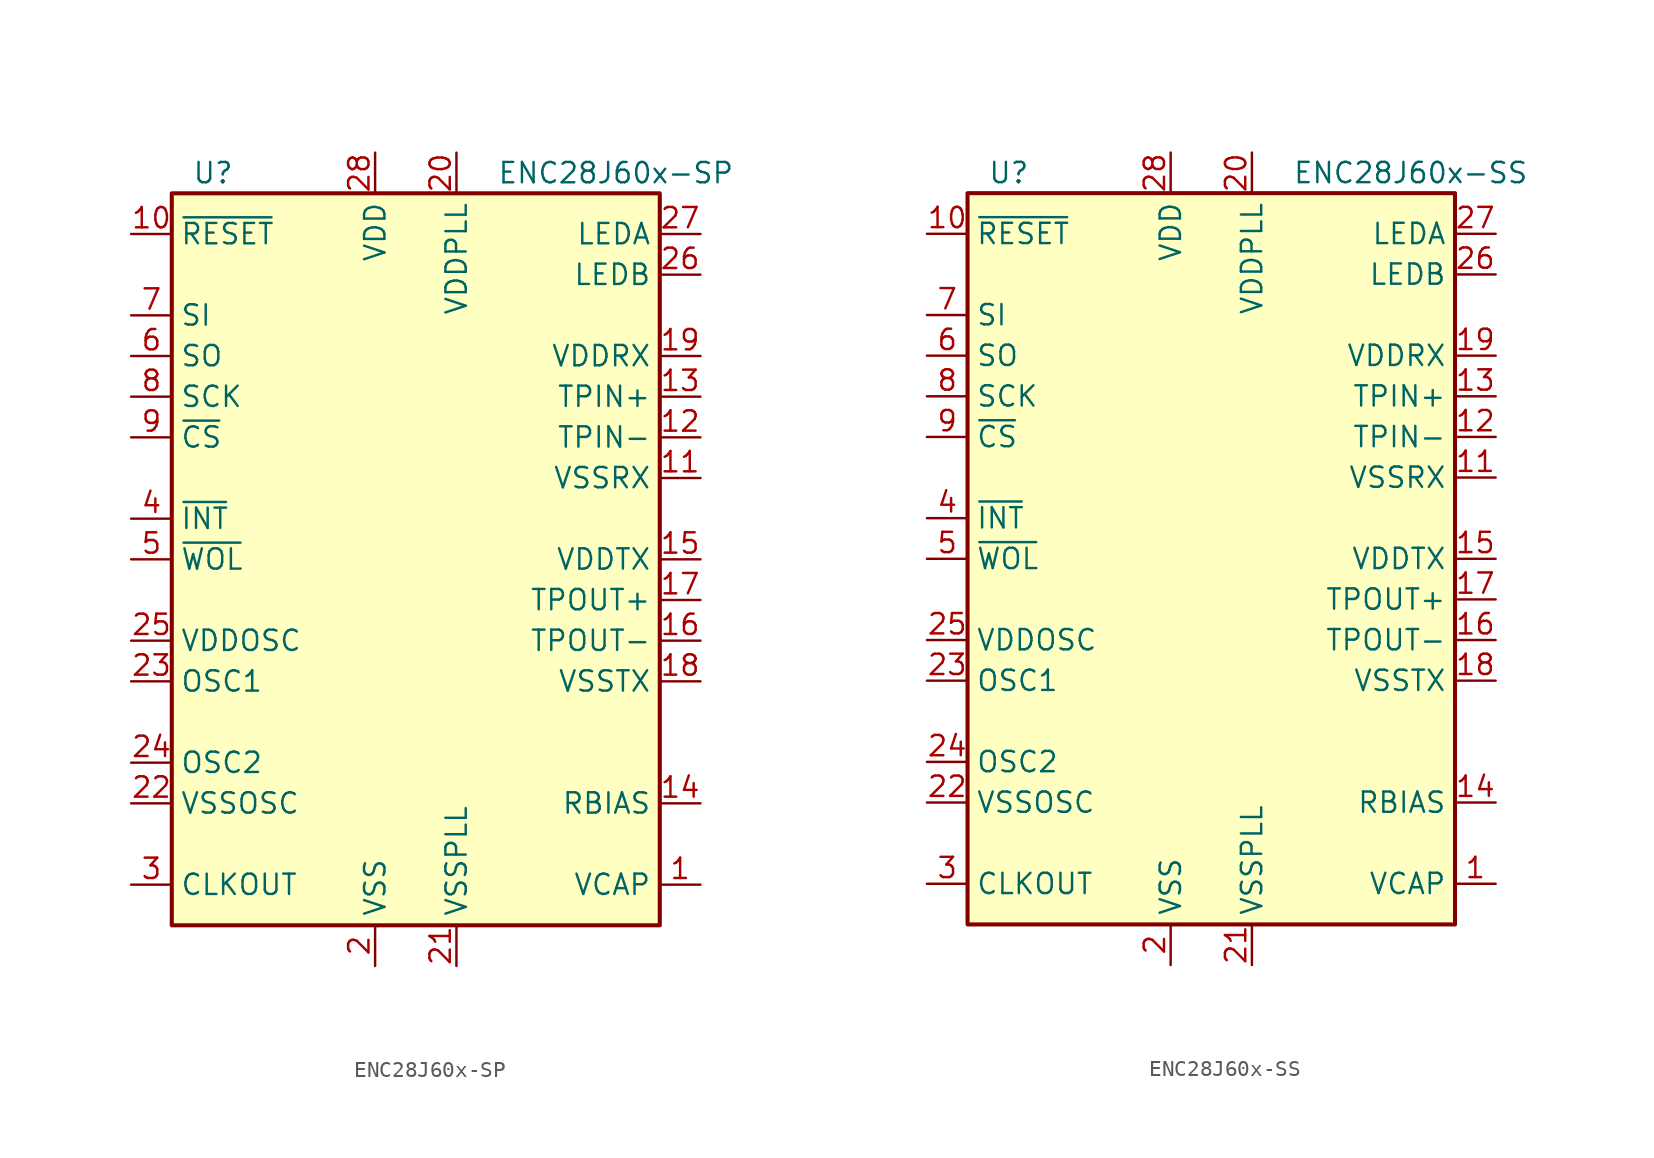
<source format=kicad_sym>
(kicad_symbol_lib
  (version 20201005)
  (generator kicad_symbol_editor)
  (symbol "ENC28J60x-SP"
    (property "Reference" "U"
      (at -13.97 24.13 0)
      (effects (font (size 1.27 1.27)) (justify left)))
    (property "Value" "ENC28J60x-SP"
      (at 5.08 24.13 0)
      (effects (font (size 1.27 1.27)) (justify left)))
    (symbol "ENC28J60x-SP_0_1"
      (rectangle (start -15.24 22.86) (end 15.24 -22.86) (stroke (width 0.254)) (fill (type background))))
    (symbol "ENC28J60x-SP_1_1"
      (pin input line (at 17.78 -20.32 180) (length 2.54) (name "VCAP" (effects (font (size 1.27 1.27)))) (number "1" (effects (font (size 1.27 1.27)))))
      (pin input line (at -17.78 20.32 0) (length 2.54) (name "~RESET" (effects (font (size 1.27 1.27)))) (number "10" (effects (font (size 1.27 1.27)))))
      (pin power_in line (at 17.78 5.08 180) (length 2.54) (name "VSSRX" (effects (font (size 1.27 1.27)))) (number "11" (effects (font (size 1.27 1.27)))))
      (pin input line (at 17.78 7.62 180) (length 2.54) (name "TPIN-" (effects (font (size 1.27 1.27)))) (number "12" (effects (font (size 1.27 1.27)))))
      (pin input line (at 17.78 10.16 180) (length 2.54) (name "TPIN+" (effects (font (size 1.27 1.27)))) (number "13" (effects (font (size 1.27 1.27)))))
      (pin input line (at 17.78 -15.24 180) (length 2.54) (name "RBIAS" (effects (font (size 1.27 1.27)))) (number "14" (effects (font (size 1.27 1.27)))))
      (pin power_in line (at 17.78 0 180) (length 2.54) (name "VDDTX" (effects (font (size 1.27 1.27)))) (number "15" (effects (font (size 1.27 1.27)))))
      (pin output line (at 17.78 -5.08 180) (length 2.54) (name "TPOUT-" (effects (font (size 1.27 1.27)))) (number "16" (effects (font (size 1.27 1.27)))))
      (pin output line (at 17.78 -2.54 180) (length 2.54) (name "TPOUT+" (effects (font (size 1.27 1.27)))) (number "17" (effects (font (size 1.27 1.27)))))
      (pin power_in line (at 17.78 -7.62 180) (length 2.54) (name "VSSTX" (effects (font (size 1.27 1.27)))) (number "18" (effects (font (size 1.27 1.27)))))
      (pin power_in line (at 17.78 12.7 180) (length 2.54) (name "VDDRX" (effects (font (size 1.27 1.27)))) (number "19" (effects (font (size 1.27 1.27)))))
      (pin power_in line (at -2.54 -25.4 90) (length 2.54) (name "VSS" (effects (font (size 1.27 1.27)))) (number "2" (effects (font (size 1.27 1.27)))))
      (pin power_in line (at 2.54 25.4 270) (length 2.54) (name "VDDPLL" (effects (font (size 1.27 1.27)))) (number "20" (effects (font (size 1.27 1.27)))))
      (pin power_in line (at 2.54 -25.4 90) (length 2.54) (name "VSSPLL" (effects (font (size 1.27 1.27)))) (number "21" (effects (font (size 1.27 1.27)))))
      (pin power_in line (at -17.78 -15.24 0) (length 2.54) (name "VSSOSC" (effects (font (size 1.27 1.27)))) (number "22" (effects (font (size 1.27 1.27)))))
      (pin input line (at -17.78 -7.62 0) (length 2.54) (name "OSC1" (effects (font (size 1.27 1.27)))) (number "23" (effects (font (size 1.27 1.27)))))
      (pin input line (at -17.78 -12.7 0) (length 2.54) (name "OSC2" (effects (font (size 1.27 1.27)))) (number "24" (effects (font (size 1.27 1.27)))))
      (pin power_in line (at -17.78 -5.08 0) (length 2.54) (name "VDDOSC" (effects (font (size 1.27 1.27)))) (number "25" (effects (font (size 1.27 1.27)))))
      (pin output line (at 17.78 17.78 180) (length 2.54) (name "LEDB" (effects (font (size 1.27 1.27)))) (number "26" (effects (font (size 1.27 1.27)))))
      (pin output line (at 17.78 20.32 180) (length 2.54) (name "LEDA" (effects (font (size 1.27 1.27)))) (number "27" (effects (font (size 1.27 1.27)))))
      (pin power_in line (at -2.54 25.4 270) (length 2.54) (name "VDD" (effects (font (size 1.27 1.27)))) (number "28" (effects (font (size 1.27 1.27)))))
      (pin output line (at -17.78 -20.32 0) (length 2.54) (name "CLKOUT" (effects (font (size 1.27 1.27)))) (number "3" (effects (font (size 1.27 1.27)))))
      (pin output line (at -17.78 2.54 0) (length 2.54) (name "~INT" (effects (font (size 1.27 1.27)))) (number "4" (effects (font (size 1.27 1.27)))))
      (pin output line (at -17.78 0 0) (length 2.54) (name "~WOL" (effects (font (size 1.27 1.27)))) (number "5" (effects (font (size 1.27 1.27)))))
      (pin output line (at -17.78 12.7 0) (length 2.54) (name "SO" (effects (font (size 1.27 1.27)))) (number "6" (effects (font (size 1.27 1.27)))))
      (pin input line (at -17.78 15.24 0) (length 2.54) (name "SI" (effects (font (size 1.27 1.27)))) (number "7" (effects (font (size 1.27 1.27)))))
      (pin input line (at -17.78 10.16 0) (length 2.54) (name "SCK" (effects (font (size 1.27 1.27)))) (number "8" (effects (font (size 1.27 1.27)))))
      (pin input line (at -17.78 7.62 0) (length 2.54) (name "~CS" (effects (font (size 1.27 1.27)))) (number "9" (effects (font (size 1.27 1.27)))))))
  (symbol "ENC28J60x-SS"
    (property "Reference" "U"
      (at -13.97 24.13 0)
      (effects (font (size 1.27 1.27)) (justify left)))
    (property "Value" "ENC28J60x-SS"
      (at 5.08 24.13 0)
      (effects (font (size 1.27 1.27)) (justify left)))
    (symbol "ENC28J60x-SS_0_1"
      (rectangle (start -15.24 22.86) (end 15.24 -22.86) (stroke (width 0.254)) (fill (type background))))
    (symbol "ENC28J60x-SS_1_1"
      (pin input line (at 17.78 -20.32 180) (length 2.54) (name "VCAP" (effects (font (size 1.27 1.27)))) (number "1" (effects (font (size 1.27 1.27)))))
      (pin input line (at -17.78 20.32 0) (length 2.54) (name "~RESET" (effects (font (size 1.27 1.27)))) (number "10" (effects (font (size 1.27 1.27)))))
      (pin power_in line (at 17.78 5.08 180) (length 2.54) (name "VSSRX" (effects (font (size 1.27 1.27)))) (number "11" (effects (font (size 1.27 1.27)))))
      (pin input line (at 17.78 7.62 180) (length 2.54) (name "TPIN-" (effects (font (size 1.27 1.27)))) (number "12" (effects (font (size 1.27 1.27)))))
      (pin input line (at 17.78 10.16 180) (length 2.54) (name "TPIN+" (effects (font (size 1.27 1.27)))) (number "13" (effects (font (size 1.27 1.27)))))
      (pin input line (at 17.78 -15.24 180) (length 2.54) (name "RBIAS" (effects (font (size 1.27 1.27)))) (number "14" (effects (font (size 1.27 1.27)))))
      (pin power_in line (at 17.78 0 180) (length 2.54) (name "VDDTX" (effects (font (size 1.27 1.27)))) (number "15" (effects (font (size 1.27 1.27)))))
      (pin output line (at 17.78 -5.08 180) (length 2.54) (name "TPOUT-" (effects (font (size 1.27 1.27)))) (number "16" (effects (font (size 1.27 1.27)))))
      (pin output line (at 17.78 -2.54 180) (length 2.54) (name "TPOUT+" (effects (font (size 1.27 1.27)))) (number "17" (effects (font (size 1.27 1.27)))))
      (pin power_in line (at 17.78 -7.62 180) (length 2.54) (name "VSSTX" (effects (font (size 1.27 1.27)))) (number "18" (effects (font (size 1.27 1.27)))))
      (pin power_in line (at 17.78 12.7 180) (length 2.54) (name "VDDRX" (effects (font (size 1.27 1.27)))) (number "19" (effects (font (size 1.27 1.27)))))
      (pin power_in line (at -2.54 -25.4 90) (length 2.54) (name "VSS" (effects (font (size 1.27 1.27)))) (number "2" (effects (font (size 1.27 1.27)))))
      (pin power_in line (at 2.54 25.4 270) (length 2.54) (name "VDDPLL" (effects (font (size 1.27 1.27)))) (number "20" (effects (font (size 1.27 1.27)))))
      (pin power_in line (at 2.54 -25.4 90) (length 2.54) (name "VSSPLL" (effects (font (size 1.27 1.27)))) (number "21" (effects (font (size 1.27 1.27)))))
      (pin power_in line (at -17.78 -15.24 0) (length 2.54) (name "VSSOSC" (effects (font (size 1.27 1.27)))) (number "22" (effects (font (size 1.27 1.27)))))
      (pin input line (at -17.78 -7.62 0) (length 2.54) (name "OSC1" (effects (font (size 1.27 1.27)))) (number "23" (effects (font (size 1.27 1.27)))))
      (pin input line (at -17.78 -12.7 0) (length 2.54) (name "OSC2" (effects (font (size 1.27 1.27)))) (number "24" (effects (font (size 1.27 1.27)))))
      (pin power_in line (at -17.78 -5.08 0) (length 2.54) (name "VDDOSC" (effects (font (size 1.27 1.27)))) (number "25" (effects (font (size 1.27 1.27)))))
      (pin output line (at 17.78 17.78 180) (length 2.54) (name "LEDB" (effects (font (size 1.27 1.27)))) (number "26" (effects (font (size 1.27 1.27)))))
      (pin output line (at 17.78 20.32 180) (length 2.54) (name "LEDA" (effects (font (size 1.27 1.27)))) (number "27" (effects (font (size 1.27 1.27)))))
      (pin power_in line (at -2.54 25.4 270) (length 2.54) (name "VDD" (effects (font (size 1.27 1.27)))) (number "28" (effects (font (size 1.27 1.27)))))
      (pin output line (at -17.78 -20.32 0) (length 2.54) (name "CLKOUT" (effects (font (size 1.27 1.27)))) (number "3" (effects (font (size 1.27 1.27)))))
      (pin output line (at -17.78 2.54 0) (length 2.54) (name "~INT" (effects (font (size 1.27 1.27)))) (number "4" (effects (font (size 1.27 1.27)))))
      (pin output line (at -17.78 0 0) (length 2.54) (name "~WOL" (effects (font (size 1.27 1.27)))) (number "5" (effects (font (size 1.27 1.27)))))
      (pin output line (at -17.78 12.7 0) (length 2.54) (name "SO" (effects (font (size 1.27 1.27)))) (number "6" (effects (font (size 1.27 1.27)))))
      (pin input line (at -17.78 15.24 0) (length 2.54) (name "SI" (effects (font (size 1.27 1.27)))) (number "7" (effects (font (size 1.27 1.27)))))
      (pin input line (at -17.78 10.16 0) (length 2.54) (name "SCK" (effects (font (size 1.27 1.27)))) (number "8" (effects (font (size 1.27 1.27)))))
      (pin input line (at -17.78 7.62 0) (length 2.54) (name "~CS" (effects (font (size 1.27 1.27)))) (number "9" (effects (font (size 1.27 1.27))))))))
</source>
